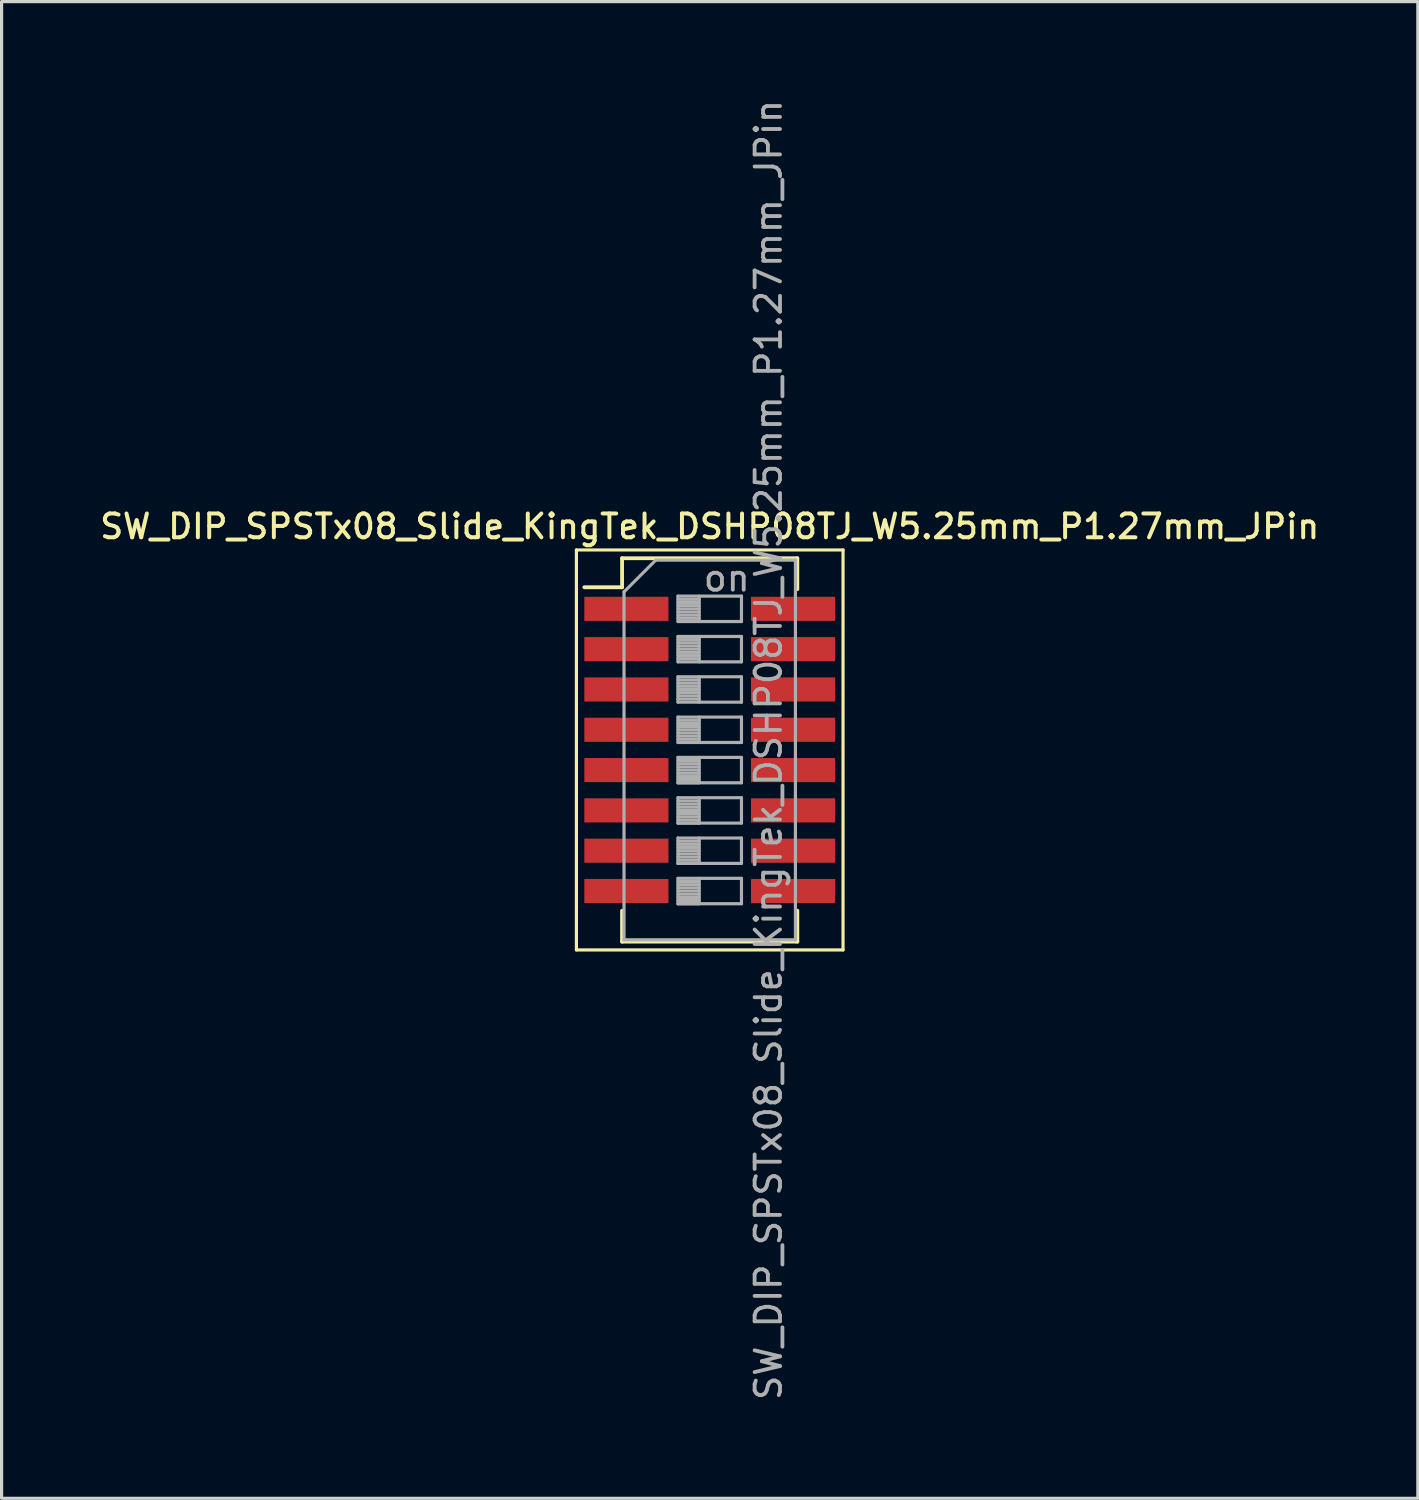
<source format=kicad_pcb>
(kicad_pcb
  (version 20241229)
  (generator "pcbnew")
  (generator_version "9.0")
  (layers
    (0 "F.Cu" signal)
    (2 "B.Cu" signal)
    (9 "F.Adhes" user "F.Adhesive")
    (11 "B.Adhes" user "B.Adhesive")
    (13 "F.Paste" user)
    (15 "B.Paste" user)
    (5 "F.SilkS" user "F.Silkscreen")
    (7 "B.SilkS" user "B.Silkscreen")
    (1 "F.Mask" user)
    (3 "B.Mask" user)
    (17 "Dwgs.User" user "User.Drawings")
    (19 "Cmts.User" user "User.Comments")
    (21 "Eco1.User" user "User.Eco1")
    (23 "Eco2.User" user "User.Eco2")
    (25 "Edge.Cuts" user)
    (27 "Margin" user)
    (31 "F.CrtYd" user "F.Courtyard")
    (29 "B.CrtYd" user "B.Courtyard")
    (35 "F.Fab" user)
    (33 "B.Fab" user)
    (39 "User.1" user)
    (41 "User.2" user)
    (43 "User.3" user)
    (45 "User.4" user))
  (footprint "SW_DIP_SPSTx08_Slide_KingTek_DSHP08TJ_W5.25mm_P1.27mm_JPin"
    (layer "F.Cu")
    (at 19.309 20.576)
    (property "Reference" "SW_DIP_SPSTx08_Slide_KingTek_DSHP08TJ_W5.25mm_P1.27mm_JPin" (at 0 -7.04 0) (layer "F.SilkS") (effects (font (size 0.75 0.75) (thickness 0.125))))
    (attr smd)
    (fp_line (start -4.2 -6.3) (end -4.2 6.3) (stroke (width 0.1) (type solid)) (layer "F.SilkS"))
    (fp_line (start -4.2 6.3) (end 4.2 6.3) (stroke (width 0.1) (type solid)) (layer "F.SilkS"))
    (fp_line (start -3.951 -5.125) (end -2.761 -5.125) (stroke (width 0.12) (type solid)) (layer "F.SilkS"))
    (fp_line (start -2.761 -6.04) (end -2.761 -5.125) (stroke (width 0.12) (type solid)) (layer "F.SilkS"))
    (fp_line (start -2.761 -6.04) (end 2.76 -6.04) (stroke (width 0.12) (type solid)) (layer "F.SilkS"))
    (fp_line (start -2.761 5.065) (end -2.761 6.04) (stroke (width 0.12) (type solid)) (layer "F.SilkS"))
    (fp_line (start -2.761 6.04) (end 2.76 6.04) (stroke (width 0.12) (type solid)) (layer "F.SilkS"))
    (fp_line (start 2.76 -6.04) (end 2.76 -5.065) (stroke (width 0.12) (type solid)) (layer "F.SilkS"))
    (fp_line (start 2.76 5.065) (end 2.76 6.04) (stroke (width 0.12) (type solid)) (layer "F.SilkS"))
    (fp_line (start 4.2 -6.3) (end -4.2 -6.3) (stroke (width 0.1) (type solid)) (layer "F.SilkS"))
    (fp_line (start 4.2 6.3) (end 4.2 -6.3) (stroke (width 0.1) (type solid)) (layer "F.SilkS"))
    (fp_line (start -2.7 -4.98) (end -1.7 -5.98) (stroke (width 0.1) (type solid)) (layer "F.Fab"))
    (fp_line (start -2.7 5.98) (end -2.7 -4.98) (stroke (width 0.1) (type solid)) (layer "F.Fab"))
    (fp_line (start -1.7 -5.98) (end 2.7 -5.98) (stroke (width 0.1) (type solid)) (layer "F.Fab"))
    (fp_line (start -1 -4.845) (end -1 -4.045) (stroke (width 0.1) (type solid)) (layer "F.Fab"))
    (fp_line (start -1 -4.745) (end -0.333 -4.745) (stroke (width 0.1) (type solid)) (layer "F.Fab"))
    (fp_line (start -1 -4.645) (end -0.333 -4.645) (stroke (width 0.1) (type solid)) (layer "F.Fab"))
    (fp_line (start -1 -4.545) (end -0.333 -4.545) (stroke (width 0.1) (type solid)) (layer "F.Fab"))
    (fp_line (start -1 -4.445) (end -0.333 -4.445) (stroke (width 0.1) (type solid)) (layer "F.Fab"))
    (fp_line (start -1 -4.345) (end -0.333 -4.345) (stroke (width 0.1) (type solid)) (layer "F.Fab"))
    (fp_line (start -1 -4.245) (end -0.333 -4.245) (stroke (width 0.1) (type solid)) (layer "F.Fab"))
    (fp_line (start -1 -4.145) (end -0.333 -4.145) (stroke (width 0.1) (type solid)) (layer "F.Fab"))
    (fp_line (start -1 -4.045) (end 1 -4.045) (stroke (width 0.1) (type solid)) (layer "F.Fab"))
    (fp_line (start -1 -3.575) (end -1 -2.775) (stroke (width 0.1) (type solid)) (layer "F.Fab"))
    (fp_line (start -1 -3.475) (end -0.333 -3.475) (stroke (width 0.1) (type solid)) (layer "F.Fab"))
    (fp_line (start -1 -3.375) (end -0.333 -3.375) (stroke (width 0.1) (type solid)) (layer "F.Fab"))
    (fp_line (start -1 -3.275) (end -0.333 -3.275) (stroke (width 0.1) (type solid)) (layer "F.Fab"))
    (fp_line (start -1 -3.175) (end -0.333 -3.175) (stroke (width 0.1) (type solid)) (layer "F.Fab"))
    (fp_line (start -1 -3.075) (end -0.333 -3.075) (stroke (width 0.1) (type solid)) (layer "F.Fab"))
    (fp_line (start -1 -2.975) (end -0.333 -2.975) (stroke (width 0.1) (type solid)) (layer "F.Fab"))
    (fp_line (start -1 -2.875) (end -0.333 -2.875) (stroke (width 0.1) (type solid)) (layer "F.Fab"))
    (fp_line (start -1 -2.775) (end 1 -2.775) (stroke (width 0.1) (type solid)) (layer "F.Fab"))
    (fp_line (start -1 -2.305) (end -1 -1.505) (stroke (width 0.1) (type solid)) (layer "F.Fab"))
    (fp_line (start -1 -2.205) (end -0.333 -2.205) (stroke (width 0.1) (type solid)) (layer "F.Fab"))
    (fp_line (start -1 -2.105) (end -0.333 -2.105) (stroke (width 0.1) (type solid)) (layer "F.Fab"))
    (fp_line (start -1 -2.005) (end -0.333 -2.005) (stroke (width 0.1) (type solid)) (layer "F.Fab"))
    (fp_line (start -1 -1.905) (end -0.333 -1.905) (stroke (width 0.1) (type solid)) (layer "F.Fab"))
    (fp_line (start -1 -1.805) (end -0.333 -1.805) (stroke (width 0.1) (type solid)) (layer "F.Fab"))
    (fp_line (start -1 -1.705) (end -0.333 -1.705) (stroke (width 0.1) (type solid)) (layer "F.Fab"))
    (fp_line (start -1 -1.605) (end -0.333 -1.605) (stroke (width 0.1) (type solid)) (layer "F.Fab"))
    (fp_line (start -1 -1.505) (end 1 -1.505) (stroke (width 0.1) (type solid)) (layer "F.Fab"))
    (fp_line (start -1 -1.035) (end -1 -0.235) (stroke (width 0.1) (type solid)) (layer "F.Fab"))
    (fp_line (start -1 -0.935) (end -0.333 -0.935) (stroke (width 0.1) (type solid)) (layer "F.Fab"))
    (fp_line (start -1 -0.835) (end -0.333 -0.835) (stroke (width 0.1) (type solid)) (layer "F.Fab"))
    (fp_line (start -1 -0.735) (end -0.333 -0.735) (stroke (width 0.1) (type solid)) (layer "F.Fab"))
    (fp_line (start -1 -0.635) (end -0.333 -0.635) (stroke (width 0.1) (type solid)) (layer "F.Fab"))
    (fp_line (start -1 -0.535) (end -0.333 -0.535) (stroke (width 0.1) (type solid)) (layer "F.Fab"))
    (fp_line (start -1 -0.435) (end -0.333 -0.435) (stroke (width 0.1) (type solid)) (layer "F.Fab"))
    (fp_line (start -1 -0.335) (end -0.333 -0.335) (stroke (width 0.1) (type solid)) (layer "F.Fab"))
    (fp_line (start -1 -0.235) (end 1 -0.235) (stroke (width 0.1) (type solid)) (layer "F.Fab"))
    (fp_line (start -1 0.235) (end -1 1.035) (stroke (width 0.1) (type solid)) (layer "F.Fab"))
    (fp_line (start -1 0.335) (end -0.333 0.335) (stroke (width 0.1) (type solid)) (layer "F.Fab"))
    (fp_line (start -1 0.435) (end -0.333 0.435) (stroke (width 0.1) (type solid)) (layer "F.Fab"))
    (fp_line (start -1 0.535) (end -0.333 0.535) (stroke (width 0.1) (type solid)) (layer "F.Fab"))
    (fp_line (start -1 0.635) (end -0.333 0.635) (stroke (width 0.1) (type solid)) (layer "F.Fab"))
    (fp_line (start -1 0.735) (end -0.333 0.735) (stroke (width 0.1) (type solid)) (layer "F.Fab"))
    (fp_line (start -1 0.835) (end -0.333 0.835) (stroke (width 0.1) (type solid)) (layer "F.Fab"))
    (fp_line (start -1 0.935) (end -0.333 0.935) (stroke (width 0.1) (type solid)) (layer "F.Fab"))
    (fp_line (start -1 1.035) (end -0.333 1.035) (stroke (width 0.1) (type solid)) (layer "F.Fab"))
    (fp_line (start -1 1.035) (end 1 1.035) (stroke (width 0.1) (type solid)) (layer "F.Fab"))
    (fp_line (start -1 1.505) (end -1 2.305) (stroke (width 0.1) (type solid)) (layer "F.Fab"))
    (fp_line (start -1 1.605) (end -0.333 1.605) (stroke (width 0.1) (type solid)) (layer "F.Fab"))
    (fp_line (start -1 1.705) (end -0.333 1.705) (stroke (width 0.1) (type solid)) (layer "F.Fab"))
    (fp_line (start -1 1.805) (end -0.333 1.805) (stroke (width 0.1) (type solid)) (layer "F.Fab"))
    (fp_line (start -1 1.905) (end -0.333 1.905) (stroke (width 0.1) (type solid)) (layer "F.Fab"))
    (fp_line (start -1 2.005) (end -0.333 2.005) (stroke (width 0.1) (type solid)) (layer "F.Fab"))
    (fp_line (start -1 2.105) (end -0.333 2.105) (stroke (width 0.1) (type solid)) (layer "F.Fab"))
    (fp_line (start -1 2.205) (end -0.333 2.205) (stroke (width 0.1) (type solid)) (layer "F.Fab"))
    (fp_line (start -1 2.305) (end -0.333 2.305) (stroke (width 0.1) (type solid)) (layer "F.Fab"))
    (fp_line (start -1 2.305) (end 1 2.305) (stroke (width 0.1) (type solid)) (layer "F.Fab"))
    (fp_line (start -1 2.775) (end -1 3.575) (stroke (width 0.1) (type solid)) (layer "F.Fab"))
    (fp_line (start -1 2.875) (end -0.333 2.875) (stroke (width 0.1) (type solid)) (layer "F.Fab"))
    (fp_line (start -1 2.975) (end -0.333 2.975) (stroke (width 0.1) (type solid)) (layer "F.Fab"))
    (fp_line (start -1 3.075) (end -0.333 3.075) (stroke (width 0.1) (type solid)) (layer "F.Fab"))
    (fp_line (start -1 3.175) (end -0.333 3.175) (stroke (width 0.1) (type solid)) (layer "F.Fab"))
    (fp_line (start -1 3.275) (end -0.333 3.275) (stroke (width 0.1) (type solid)) (layer "F.Fab"))
    (fp_line (start -1 3.375) (end -0.333 3.375) (stroke (width 0.1) (type solid)) (layer "F.Fab"))
    (fp_line (start -1 3.475) (end -0.333 3.475) (stroke (width 0.1) (type solid)) (layer "F.Fab"))
    (fp_line (start -1 3.575) (end -0.333 3.575) (stroke (width 0.1) (type solid)) (layer "F.Fab"))
    (fp_line (start -1 3.575) (end 1 3.575) (stroke (width 0.1) (type solid)) (layer "F.Fab"))
    (fp_line (start -1 4.045) (end -1 4.845) (stroke (width 0.1) (type solid)) (layer "F.Fab"))
    (fp_line (start -1 4.145) (end -0.333 4.145) (stroke (width 0.1) (type solid)) (layer "F.Fab"))
    (fp_line (start -1 4.245) (end -0.333 4.245) (stroke (width 0.1) (type solid)) (layer "F.Fab"))
    (fp_line (start -1 4.345) (end -0.333 4.345) (stroke (width 0.1) (type solid)) (layer "F.Fab"))
    (fp_line (start -1 4.445) (end -0.333 4.445) (stroke (width 0.1) (type solid)) (layer "F.Fab"))
    (fp_line (start -1 4.545) (end -0.333 4.545) (stroke (width 0.1) (type solid)) (layer "F.Fab"))
    (fp_line (start -1 4.645) (end -0.333 4.645) (stroke (width 0.1) (type solid)) (layer "F.Fab"))
    (fp_line (start -1 4.745) (end -0.333 4.745) (stroke (width 0.1) (type solid)) (layer "F.Fab"))
    (fp_line (start -1 4.845) (end -0.333 4.845) (stroke (width 0.1) (type solid)) (layer "F.Fab"))
    (fp_line (start -1 4.845) (end 1 4.845) (stroke (width 0.1) (type solid)) (layer "F.Fab"))
    (fp_line (start -0.333 -4.845) (end -0.333 -4.045) (stroke (width 0.1) (type solid)) (layer "F.Fab"))
    (fp_line (start -0.333 -3.575) (end -0.333 -2.775) (stroke (width 0.1) (type solid)) (layer "F.Fab"))
    (fp_line (start -0.333 -2.305) (end -0.333 -1.505) (stroke (width 0.1) (type solid)) (layer "F.Fab"))
    (fp_line (start -0.333 -1.035) (end -0.333 -0.235) (stroke (width 0.1) (type solid)) (layer "F.Fab"))
    (fp_line (start -0.333 0.235) (end -0.333 1.035) (stroke (width 0.1) (type solid)) (layer "F.Fab"))
    (fp_line (start -0.333 1.505) (end -0.333 2.305) (stroke (width 0.1) (type solid)) (layer "F.Fab"))
    (fp_line (start -0.333 2.775) (end -0.333 3.575) (stroke (width 0.1) (type solid)) (layer "F.Fab"))
    (fp_line (start -0.333 4.045) (end -0.333 4.845) (stroke (width 0.1) (type solid)) (layer "F.Fab"))
    (fp_line (start 1 -4.845) (end -1 -4.845) (stroke (width 0.1) (type solid)) (layer "F.Fab"))
    (fp_line (start 1 -4.045) (end 1 -4.845) (stroke (width 0.1) (type solid)) (layer "F.Fab"))
    (fp_line (start 1 -3.575) (end -1 -3.575) (stroke (width 0.1) (type solid)) (layer "F.Fab"))
    (fp_line (start 1 -2.775) (end 1 -3.575) (stroke (width 0.1) (type solid)) (layer "F.Fab"))
    (fp_line (start 1 -2.305) (end -1 -2.305) (stroke (width 0.1) (type solid)) (layer "F.Fab"))
    (fp_line (start 1 -1.505) (end 1 -2.305) (stroke (width 0.1) (type solid)) (layer "F.Fab"))
    (fp_line (start 1 -1.035) (end -1 -1.035) (stroke (width 0.1) (type solid)) (layer "F.Fab"))
    (fp_line (start 1 -0.235) (end 1 -1.035) (stroke (width 0.1) (type solid)) (layer "F.Fab"))
    (fp_line (start 1 0.235) (end -1 0.235) (stroke (width 0.1) (type solid)) (layer "F.Fab"))
    (fp_line (start 1 1.035) (end 1 0.235) (stroke (width 0.1) (type solid)) (layer "F.Fab"))
    (fp_line (start 1 1.505) (end -1 1.505) (stroke (width 0.1) (type solid)) (layer "F.Fab"))
    (fp_line (start 1 2.305) (end 1 1.505) (stroke (width 0.1) (type solid)) (layer "F.Fab"))
    (fp_line (start 1 2.775) (end -1 2.775) (stroke (width 0.1) (type solid)) (layer "F.Fab"))
    (fp_line (start 1 3.575) (end 1 2.775) (stroke (width 0.1) (type solid)) (layer "F.Fab"))
    (fp_line (start 1 4.045) (end -1 4.045) (stroke (width 0.1) (type solid)) (layer "F.Fab"))
    (fp_line (start 1 4.845) (end 1 4.045) (stroke (width 0.1) (type solid)) (layer "F.Fab"))
    (fp_line (start 2.7 -5.98) (end 2.7 5.98) (stroke (width 0.1) (type solid)) (layer "F.Fab"))
    (fp_line (start 2.7 5.98) (end -2.7 5.98) (stroke (width 0.1) (type solid)) (layer "F.Fab"))
    (fp_text user "on" (at 0.537 -5.412 0) (layer "F.Fab") (effects (font (size 0.8 0.8) (thickness 0.12))))
    (fp_text user "${REFERENCE}" (at 1.85 0 90) (layer "F.Fab") (effects (font (size 0.8 0.8) (thickness 0.12))))
    (pad "1" smd rect (at -2.625 -4.445) (size 2.65 0.76) (layers "F.Cu" "F.Mask" "F.Paste"))
    (pad "2" smd rect (at -2.625 -3.175) (size 2.65 0.76) (layers "F.Cu" "F.Mask" "F.Paste"))
    (pad "3" smd rect (at -2.625 -1.905) (size 2.65 0.76) (layers "F.Cu" "F.Mask" "F.Paste"))
    (pad "4" smd rect (at -2.625 -0.635) (size 2.65 0.76) (layers "F.Cu" "F.Mask" "F.Paste"))
    (pad "5" smd rect (at -2.625 0.635) (size 2.65 0.76) (layers "F.Cu" "F.Mask" "F.Paste"))
    (pad "6" smd rect (at -2.625 1.905) (size 2.65 0.76) (layers "F.Cu" "F.Mask" "F.Paste"))
    (pad "7" smd rect (at -2.625 3.175) (size 2.65 0.76) (layers "F.Cu" "F.Mask" "F.Paste"))
    (pad "8" smd rect (at -2.625 4.445) (size 2.65 0.76) (layers "F.Cu" "F.Mask" "F.Paste"))
    (pad "9" smd rect (at 2.625 4.445) (size 2.65 0.76) (layers "F.Cu" "F.Mask" "F.Paste"))
    (pad "10" smd rect (at 2.625 3.175) (size 2.65 0.76) (layers "F.Cu" "F.Mask" "F.Paste"))
    (pad "11" smd rect (at 2.625 1.905) (size 2.65 0.76) (layers "F.Cu" "F.Mask" "F.Paste"))
    (pad "12" smd rect (at 2.625 0.635) (size 2.65 0.76) (layers "F.Cu" "F.Mask" "F.Paste"))
    (pad "13" smd rect (at 2.625 -0.635) (size 2.65 0.76) (layers "F.Cu" "F.Mask" "F.Paste"))
    (pad "14" smd rect (at 2.625 -1.905) (size 2.65 0.76) (layers "F.Cu" "F.Mask" "F.Paste"))
    (pad "15" smd rect (at 2.625 -3.175) (size 2.65 0.76) (layers "F.Cu" "F.Mask" "F.Paste"))
    (pad "16" smd rect (at 2.625 -4.445) (size 2.65 0.76) (layers "F.Cu" "F.Mask" "F.Paste")))
  (gr_rect
    (start -3 -3)
    (end 41.618 44.152)
    (stroke (width 0.1) (type default))
    (fill no)
    (layer "Edge.Cuts")))
</source>
